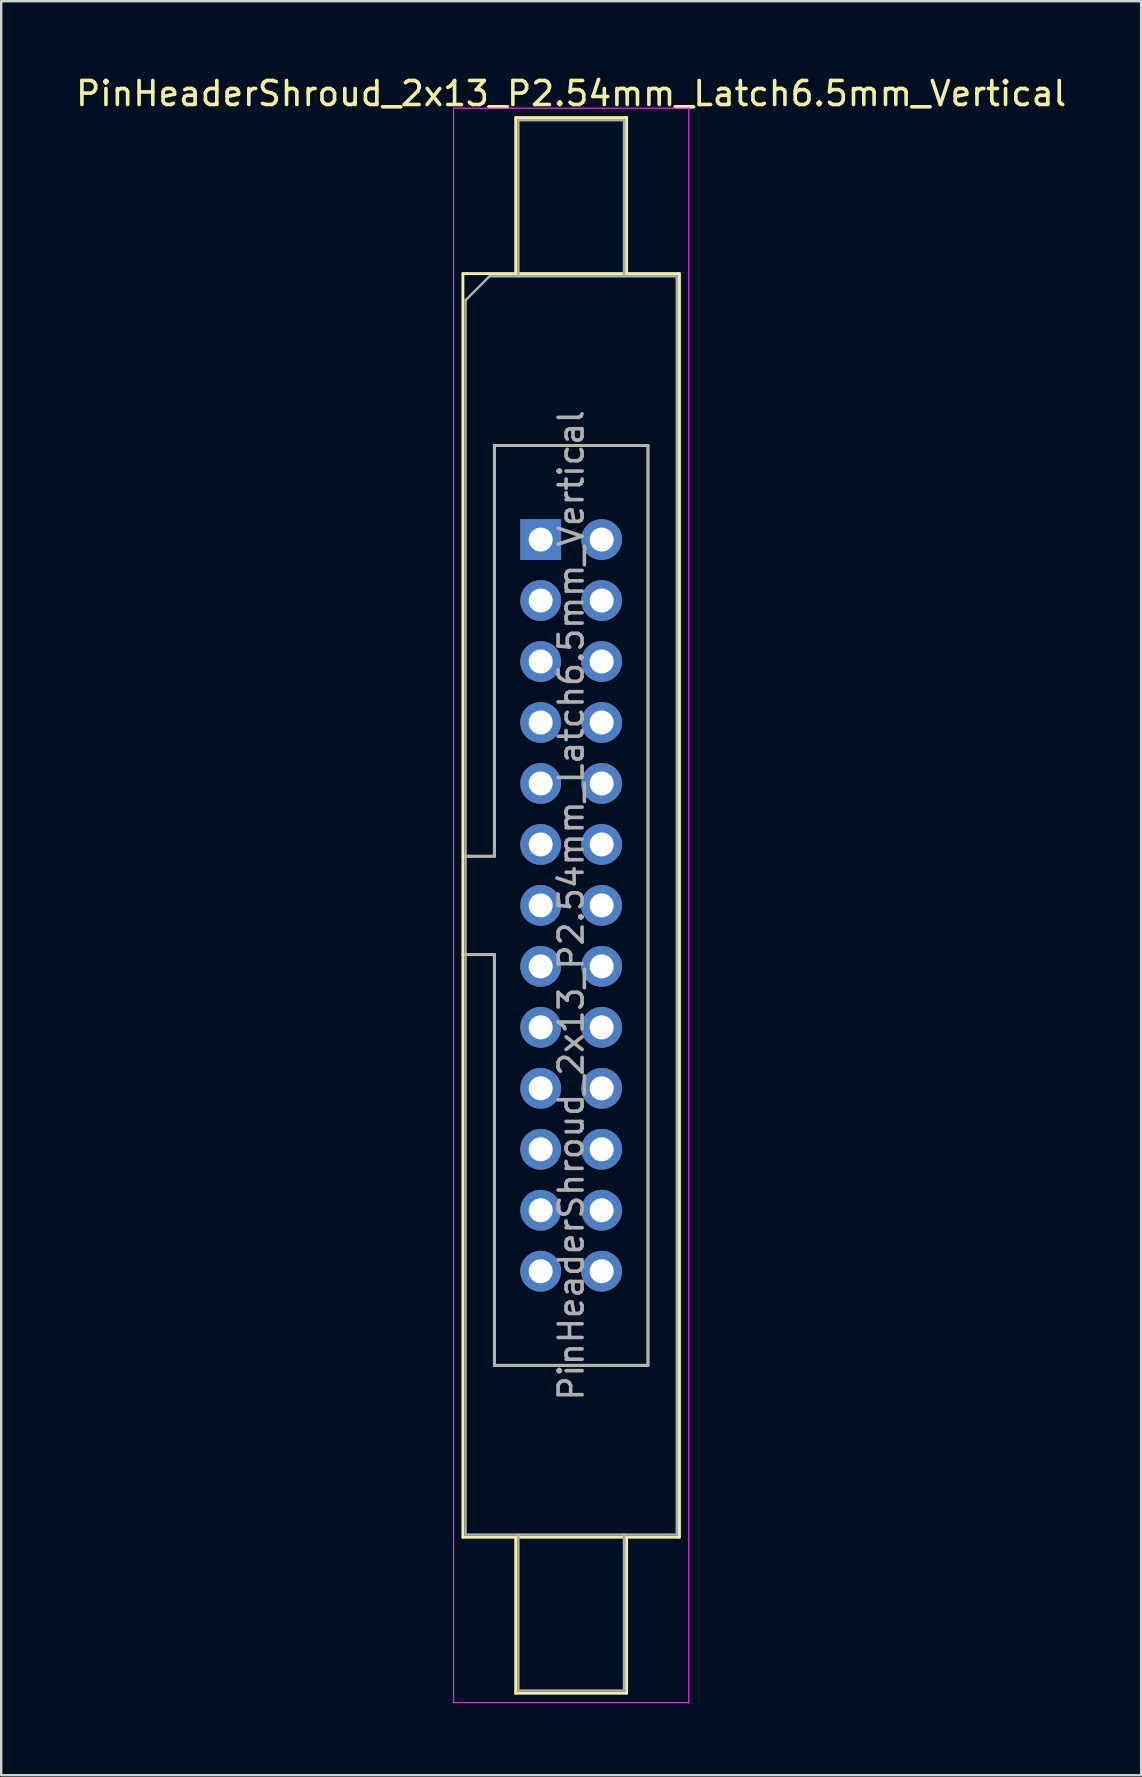
<source format=kicad_pcb>
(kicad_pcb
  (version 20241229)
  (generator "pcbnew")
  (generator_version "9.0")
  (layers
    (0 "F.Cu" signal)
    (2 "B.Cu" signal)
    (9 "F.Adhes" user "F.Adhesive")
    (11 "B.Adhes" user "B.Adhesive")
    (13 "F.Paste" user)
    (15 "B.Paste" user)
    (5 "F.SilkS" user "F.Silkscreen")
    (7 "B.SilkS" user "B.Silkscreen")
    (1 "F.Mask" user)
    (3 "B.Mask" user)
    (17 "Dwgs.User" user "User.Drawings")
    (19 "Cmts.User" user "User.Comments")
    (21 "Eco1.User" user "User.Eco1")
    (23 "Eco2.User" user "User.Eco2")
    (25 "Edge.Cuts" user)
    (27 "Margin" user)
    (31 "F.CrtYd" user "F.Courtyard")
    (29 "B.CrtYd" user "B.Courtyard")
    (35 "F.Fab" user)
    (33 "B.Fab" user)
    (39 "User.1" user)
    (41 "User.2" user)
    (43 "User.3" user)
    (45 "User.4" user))
  (footprint "PinHeaderShroud_2x13_P2.54mm_Latch6.5mm_Vertical"
    (layer "F.Cu")
    (at 19.474 19.428)
    (property "Reference" "PinHeaderShroud_2x13_P2.54mm_Latch6.5mm_Vertical" (at 1.27 -18.58 0) (layer "F.SilkS") (effects (font (size 1 1) (thickness 0.15))))
    (attr through_hole)
    (fp_line (start -3.24 -11.08) (end 5.78 -11.08) (stroke (width 0.12) (type solid)) (layer "F.SilkS"))
    (fp_line (start -3.24 13.19) (end -1.93 13.19) (stroke (width 0.12) (type solid)) (layer "F.SilkS"))
    (fp_line (start -3.24 17.29) (end -1.93 17.29) (stroke (width 0.12) (type solid)) (layer "F.SilkS"))
    (fp_line (start -3.24 41.56) (end -3.24 -11.08) (stroke (width 0.12) (type solid)) (layer "F.SilkS"))
    (fp_line (start -1.93 -3.92) (end 4.47 -3.92) (stroke (width 0.12) (type solid)) (layer "F.SilkS"))
    (fp_line (start -1.93 13.19) (end -1.93 -3.92) (stroke (width 0.12) (type solid)) (layer "F.SilkS"))
    (fp_line (start -1.93 34.4) (end -1.93 17.29) (stroke (width 0.12) (type solid)) (layer "F.SilkS"))
    (fp_line (start -1.04 -17.58) (end 3.58 -17.58) (stroke (width 0.12) (type solid)) (layer "F.SilkS"))
    (fp_line (start -1.04 -11.08) (end -1.04 -17.58) (stroke (width 0.12) (type solid)) (layer "F.SilkS"))
    (fp_line (start -1.04 41.56) (end -1.04 48.06) (stroke (width 0.12) (type solid)) (layer "F.SilkS"))
    (fp_line (start -1.04 48.06) (end 3.58 48.06) (stroke (width 0.12) (type solid)) (layer "F.SilkS"))
    (fp_line (start 3.58 -17.58) (end 3.58 -11.08) (stroke (width 0.12) (type solid)) (layer "F.SilkS"))
    (fp_line (start 3.58 48.06) (end 3.58 41.56) (stroke (width 0.12) (type solid)) (layer "F.SilkS"))
    (fp_line (start 4.47 -3.92) (end 4.47 34.4) (stroke (width 0.12) (type solid)) (layer "F.SilkS"))
    (fp_line (start 4.47 34.4) (end -1.93 34.4) (stroke (width 0.12) (type solid)) (layer "F.SilkS"))
    (fp_line (start 5.78 -11.08) (end 5.78 41.56) (stroke (width 0.12) (type solid)) (layer "F.SilkS"))
    (fp_line (start 5.78 41.56) (end -3.24 41.56) (stroke (width 0.12) (type solid)) (layer "F.SilkS"))
    (fp_line (start -3.63 -17.97) (end -3.63 48.45) (stroke (width 0.05) (type solid)) (layer "F.CrtYd"))
    (fp_line (start -3.63 48.45) (end 6.17 48.45) (stroke (width 0.05) (type solid)) (layer "F.CrtYd"))
    (fp_line (start 6.17 -17.97) (end -3.63 -17.97) (stroke (width 0.05) (type solid)) (layer "F.CrtYd"))
    (fp_line (start 6.17 48.45) (end 6.17 -17.97) (stroke (width 0.05) (type solid)) (layer "F.CrtYd"))
    (fp_line (start -3.13 -9.97) (end -2.13 -10.97) (stroke (width 0.1) (type solid)) (layer "F.Fab"))
    (fp_line (start -3.13 13.19) (end -1.93 13.19) (stroke (width 0.1) (type solid)) (layer "F.Fab"))
    (fp_line (start -3.13 17.29) (end -1.93 17.29) (stroke (width 0.1) (type solid)) (layer "F.Fab"))
    (fp_line (start -3.13 41.45) (end -3.13 -9.97) (stroke (width 0.1) (type solid)) (layer "F.Fab"))
    (fp_line (start -2.13 -10.97) (end 5.67 -10.97) (stroke (width 0.1) (type solid)) (layer "F.Fab"))
    (fp_line (start -1.93 -3.92) (end 4.47 -3.92) (stroke (width 0.1) (type solid)) (layer "F.Fab"))
    (fp_line (start -1.93 13.19) (end -1.93 -3.92) (stroke (width 0.1) (type solid)) (layer "F.Fab"))
    (fp_line (start -1.93 34.4) (end -1.93 17.29) (stroke (width 0.1) (type solid)) (layer "F.Fab"))
    (fp_line (start -0.93 -17.47) (end 3.47 -17.47) (stroke (width 0.1) (type solid)) (layer "F.Fab"))
    (fp_line (start -0.93 -10.97) (end -0.93 -17.47) (stroke (width 0.1) (type solid)) (layer "F.Fab"))
    (fp_line (start -0.93 41.45) (end -0.93 47.95) (stroke (width 0.1) (type solid)) (layer "F.Fab"))
    (fp_line (start -0.93 47.95) (end 3.47 47.95) (stroke (width 0.1) (type solid)) (layer "F.Fab"))
    (fp_line (start 3.47 -17.47) (end 3.47 -10.97) (stroke (width 0.1) (type solid)) (layer "F.Fab"))
    (fp_line (start 3.47 47.95) (end 3.47 41.45) (stroke (width 0.1) (type solid)) (layer "F.Fab"))
    (fp_line (start 4.47 -3.92) (end 4.47 34.4) (stroke (width 0.1) (type solid)) (layer "F.Fab"))
    (fp_line (start 4.47 34.4) (end -1.93 34.4) (stroke (width 0.1) (type solid)) (layer "F.Fab"))
    (fp_line (start 5.67 -10.97) (end 5.67 41.45) (stroke (width 0.1) (type solid)) (layer "F.Fab"))
    (fp_line (start 5.67 41.45) (end -3.13 41.45) (stroke (width 0.1) (type solid)) (layer "F.Fab"))
    (fp_text user "${REFERENCE}" (at 1.27 15.24 90) (layer "F.Fab") (effects (font (size 1 1) (thickness 0.15))))
    (pad "1" thru_hole rect (at 0 0) (size 1.7 1.7) (drill 1) (layers "*.Cu" "*.Mask"))
    (pad "2" thru_hole circle (at 2.54 0) (size 1.7 1.7) (drill 1) (layers "*.Cu" "*.Mask"))
    (pad "3" thru_hole circle (at 0 2.54) (size 1.7 1.7) (drill 1) (layers "*.Cu" "*.Mask"))
    (pad "4" thru_hole circle (at 2.54 2.54) (size 1.7 1.7) (drill 1) (layers "*.Cu" "*.Mask"))
    (pad "5" thru_hole circle (at 0 5.08) (size 1.7 1.7) (drill 1) (layers "*.Cu" "*.Mask"))
    (pad "6" thru_hole circle (at 2.54 5.08) (size 1.7 1.7) (drill 1) (layers "*.Cu" "*.Mask"))
    (pad "7" thru_hole circle (at 0 7.62) (size 1.7 1.7) (drill 1) (layers "*.Cu" "*.Mask"))
    (pad "8" thru_hole circle (at 2.54 7.62) (size 1.7 1.7) (drill 1) (layers "*.Cu" "*.Mask"))
    (pad "9" thru_hole circle (at 0 10.16) (size 1.7 1.7) (drill 1) (layers "*.Cu" "*.Mask"))
    (pad "10" thru_hole circle (at 2.54 10.16) (size 1.7 1.7) (drill 1) (layers "*.Cu" "*.Mask"))
    (pad "11" thru_hole circle (at 0 12.7) (size 1.7 1.7) (drill 1) (layers "*.Cu" "*.Mask"))
    (pad "12" thru_hole circle (at 2.54 12.7) (size 1.7 1.7) (drill 1) (layers "*.Cu" "*.Mask"))
    (pad "13" thru_hole circle (at 0 15.24) (size 1.7 1.7) (drill 1) (layers "*.Cu" "*.Mask"))
    (pad "14" thru_hole circle (at 2.54 15.24) (size 1.7 1.7) (drill 1) (layers "*.Cu" "*.Mask"))
    (pad "15" thru_hole circle (at 0 17.78) (size 1.7 1.7) (drill 1) (layers "*.Cu" "*.Mask"))
    (pad "16" thru_hole circle (at 2.54 17.78) (size 1.7 1.7) (drill 1) (layers "*.Cu" "*.Mask"))
    (pad "17" thru_hole circle (at 0 20.32) (size 1.7 1.7) (drill 1) (layers "*.Cu" "*.Mask"))
    (pad "18" thru_hole circle (at 2.54 20.32) (size 1.7 1.7) (drill 1) (layers "*.Cu" "*.Mask"))
    (pad "19" thru_hole circle (at 0 22.86) (size 1.7 1.7) (drill 1) (layers "*.Cu" "*.Mask"))
    (pad "20" thru_hole circle (at 2.54 22.86) (size 1.7 1.7) (drill 1) (layers "*.Cu" "*.Mask"))
    (pad "21" thru_hole circle (at 0 25.4) (size 1.7 1.7) (drill 1) (layers "*.Cu" "*.Mask"))
    (pad "22" thru_hole circle (at 2.54 25.4) (size 1.7 1.7) (drill 1) (layers "*.Cu" "*.Mask"))
    (pad "23" thru_hole circle (at 0 27.94) (size 1.7 1.7) (drill 1) (layers "*.Cu" "*.Mask"))
    (pad "24" thru_hole circle (at 2.54 27.94) (size 1.7 1.7) (drill 1) (layers "*.Cu" "*.Mask"))
    (pad "25" thru_hole circle (at 0 30.48) (size 1.7 1.7) (drill 1) (layers "*.Cu" "*.Mask"))
    (pad "26" thru_hole circle (at 2.54 30.48) (size 1.7 1.7) (drill 1) (layers "*.Cu" "*.Mask")))
  (gr_rect
    (start -3 -3)
    (end 44.488 70.903)
    (stroke (width 0.1) (type default))
    (fill no)
    (layer "Edge.Cuts")))
</source>
